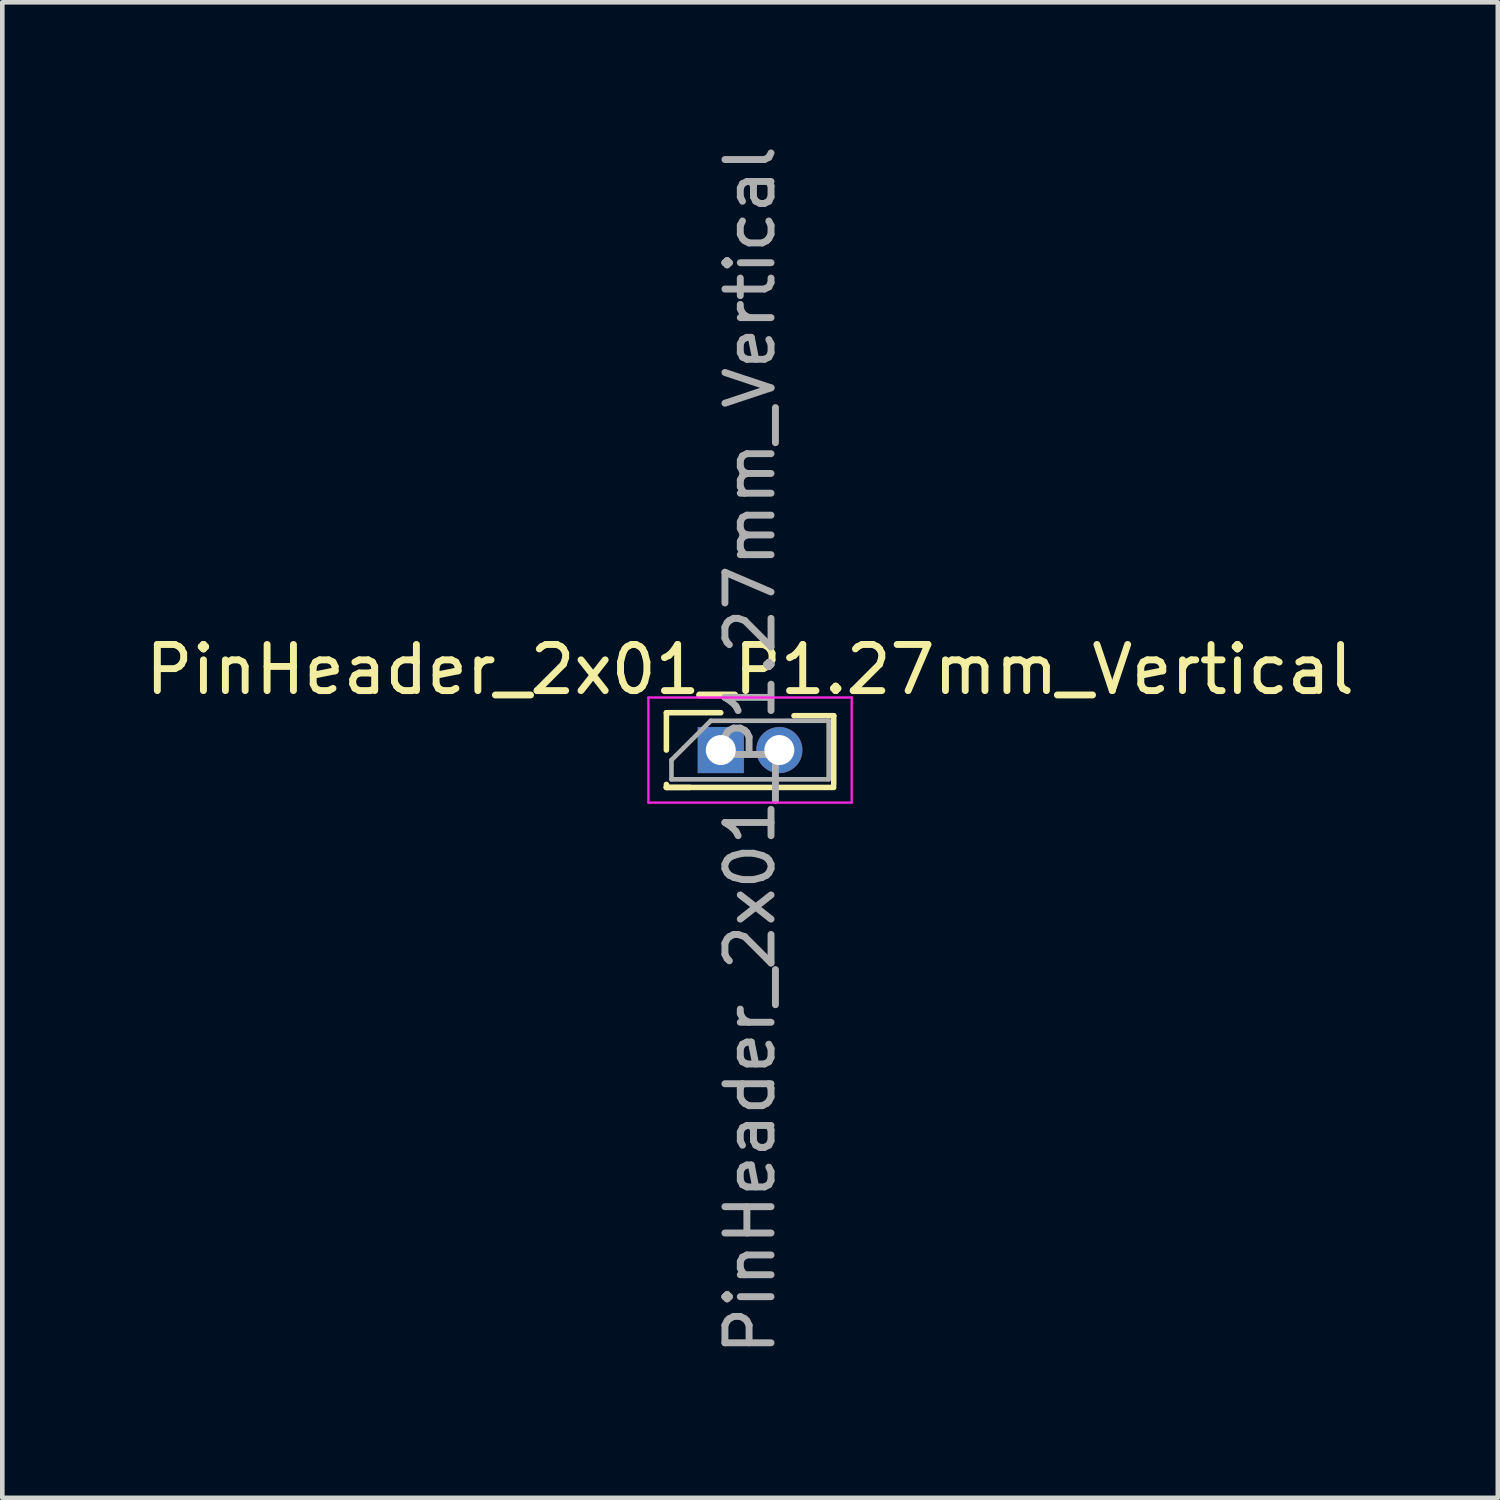
<source format=kicad_pcb>
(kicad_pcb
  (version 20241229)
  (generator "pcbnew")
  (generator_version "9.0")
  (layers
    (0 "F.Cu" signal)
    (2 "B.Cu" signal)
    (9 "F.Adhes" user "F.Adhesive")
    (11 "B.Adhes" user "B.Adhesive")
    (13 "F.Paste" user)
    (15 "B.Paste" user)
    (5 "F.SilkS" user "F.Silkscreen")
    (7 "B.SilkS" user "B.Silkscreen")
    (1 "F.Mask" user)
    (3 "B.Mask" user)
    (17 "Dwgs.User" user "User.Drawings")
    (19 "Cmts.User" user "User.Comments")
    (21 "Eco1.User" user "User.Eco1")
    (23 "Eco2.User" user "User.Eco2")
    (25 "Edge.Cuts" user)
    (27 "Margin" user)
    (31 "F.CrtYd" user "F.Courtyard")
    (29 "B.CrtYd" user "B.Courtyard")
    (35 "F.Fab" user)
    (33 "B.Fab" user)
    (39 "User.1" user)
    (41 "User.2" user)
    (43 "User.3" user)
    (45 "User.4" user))
  (footprint "PinHeader_2x01_P1.27mm_Vertical"
    (layer "F.Cu")
    (at 12.585 13.22)
    (property "Reference" "PinHeader_2x01_P1.27mm_Vertical" (at 0.635 -1.745 0) (layer "F.SilkS") (effects (font (size 1 1) (thickness 0.15))))
    (attr through_hole)
    (fp_line (start -1.18 -0.81) (end 0 -0.81) (stroke (width 0.12) (type solid)) (layer "F.SilkS"))
    (fp_line (start -1.18 0) (end -1.18 -0.81) (stroke (width 0.12) (type solid)) (layer "F.SilkS"))
    (fp_line (start -1.18 0.81) (end -1.18 0.745) (stroke (width 0.12) (type solid)) (layer "F.SilkS"))
    (fp_line (start -1.18 0.81) (end -0.667 0.81) (stroke (width 0.12) (type solid)) (layer "F.SilkS"))
    (fp_line (start -1.18 0.81) (end 2.45 0.81) (stroke (width 0.12) (type solid)) (layer "F.SilkS"))
    (fp_line (start 1.588 -0.745) (end 2.45 -0.745) (stroke (width 0.12) (type solid)) (layer "F.SilkS"))
    (fp_line (start 2.45 -0.745) (end 2.45 0.745) (stroke (width 0.12) (type solid)) (layer "F.SilkS"))
    (fp_line (start -1.57 -1.14) (end -1.57 1.14) (stroke (width 0.05) (type solid)) (layer "F.CrtYd"))
    (fp_line (start -1.57 1.14) (end 2.84 1.14) (stroke (width 0.05) (type solid)) (layer "F.CrtYd"))
    (fp_line (start 2.84 -1.14) (end -1.57 -1.14) (stroke (width 0.05) (type solid)) (layer "F.CrtYd"))
    (fp_line (start 2.84 1.14) (end 2.84 -1.14) (stroke (width 0.05) (type solid)) (layer "F.CrtYd"))
    (fp_line (start -1.07 0.217) (end -0.217 -0.635) (stroke (width 0.1) (type solid)) (layer "F.Fab"))
    (fp_line (start -1.07 0.635) (end -1.07 0.217) (stroke (width 0.1) (type solid)) (layer "F.Fab"))
    (fp_line (start -0.217 -0.635) (end 2.34 -0.635) (stroke (width 0.1) (type solid)) (layer "F.Fab"))
    (fp_line (start 2.34 -0.635) (end 2.34 0.635) (stroke (width 0.1) (type solid)) (layer "F.Fab"))
    (fp_line (start 2.34 0.635) (end -1.07 0.635) (stroke (width 0.1) (type solid)) (layer "F.Fab"))
    (fp_text user "${REFERENCE}" (at 0.635 0 90) (layer "F.Fab") (effects (font (size 1 1) (thickness 0.15))))
    (pad "1" thru_hole rect (at 0 0) (size 1 1) (drill 0.65) (layers "*.Cu" "*.Mask"))
    (pad "2" thru_hole circle (at 1.27 0) (size 1 1) (drill 0.65) (layers "*.Cu" "*.Mask")))
  (gr_rect
    (start -3 -3)
    (end 29.44 29.44)
    (stroke (width 0.1) (type default))
    (fill no)
    (layer "Edge.Cuts")))
</source>
